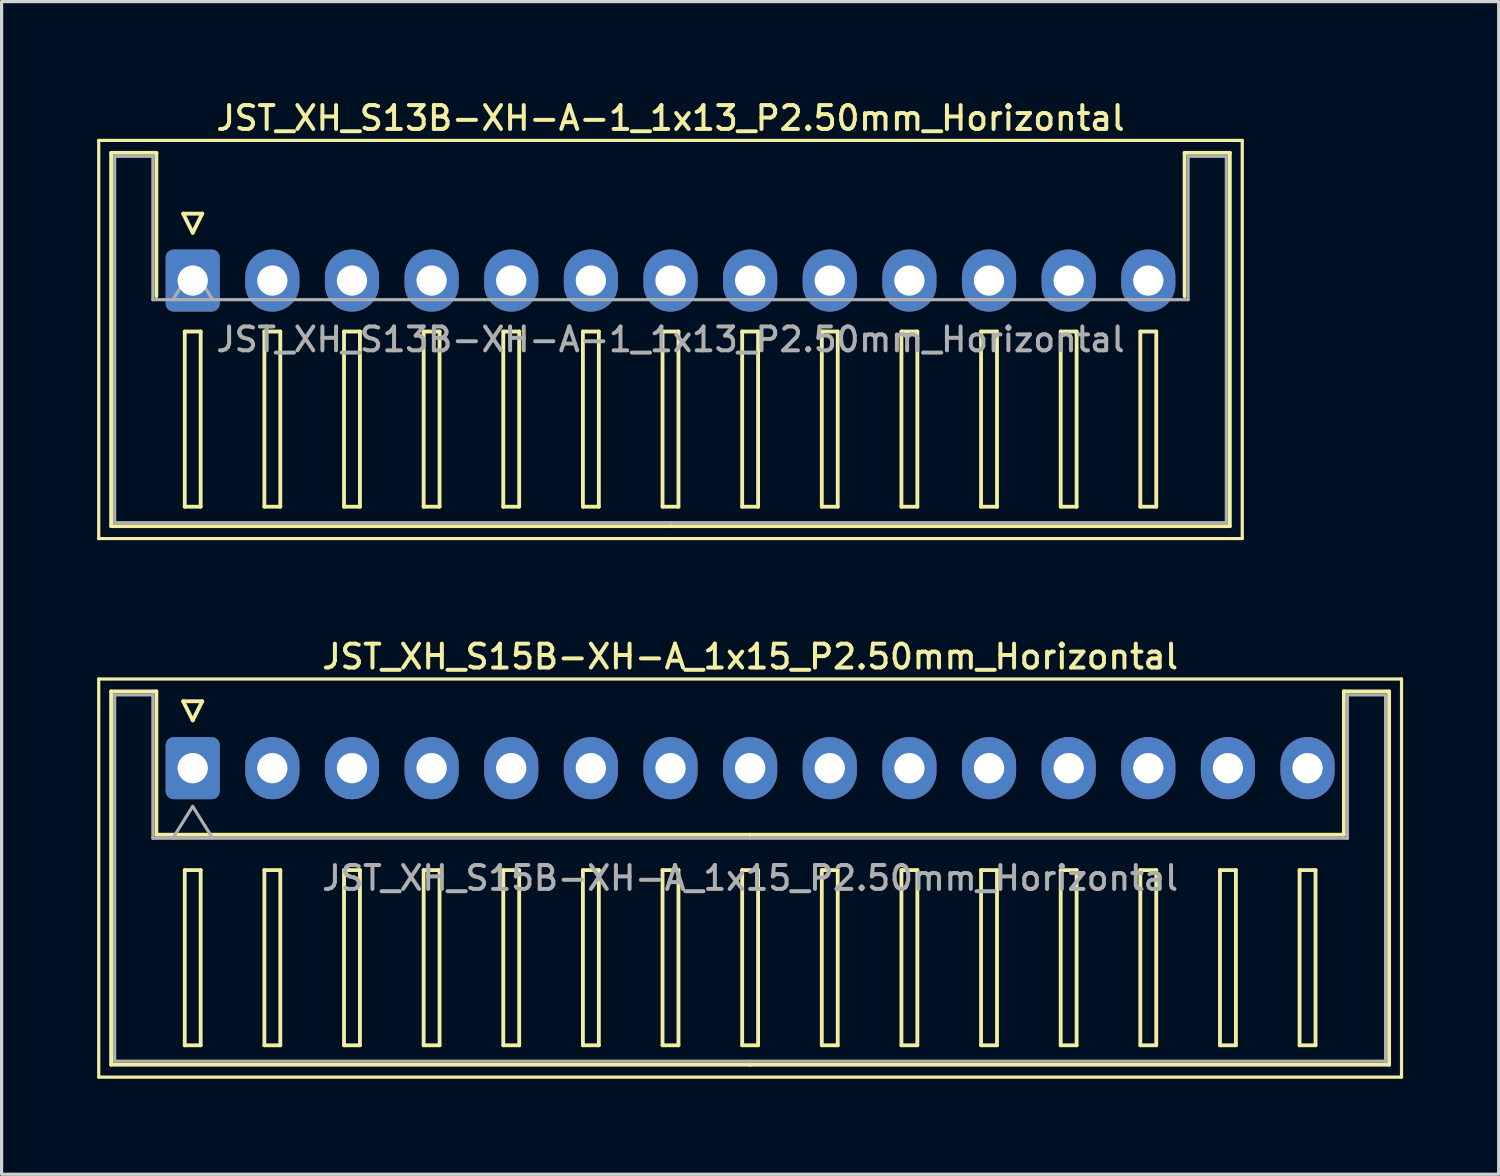
<source format=kicad_pcb>
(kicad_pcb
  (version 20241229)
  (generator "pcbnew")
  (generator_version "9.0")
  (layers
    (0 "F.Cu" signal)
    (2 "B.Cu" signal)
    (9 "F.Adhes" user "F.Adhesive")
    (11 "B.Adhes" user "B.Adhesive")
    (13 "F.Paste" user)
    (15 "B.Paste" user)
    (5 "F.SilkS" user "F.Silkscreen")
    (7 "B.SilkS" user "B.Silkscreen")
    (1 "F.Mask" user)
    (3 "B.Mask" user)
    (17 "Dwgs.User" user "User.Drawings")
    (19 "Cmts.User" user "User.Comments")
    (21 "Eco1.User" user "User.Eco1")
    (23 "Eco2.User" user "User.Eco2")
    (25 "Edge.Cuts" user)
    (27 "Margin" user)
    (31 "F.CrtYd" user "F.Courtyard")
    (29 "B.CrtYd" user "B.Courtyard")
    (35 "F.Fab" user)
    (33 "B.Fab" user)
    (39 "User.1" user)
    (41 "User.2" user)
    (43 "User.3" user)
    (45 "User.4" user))
  (footprint "JST_XH_S13B-XH-A-1_1x13_P2.50mm_Horizontal"
    (layer "F.Cu")
    (at 3 5.758)
    (property "Reference" "JST_XH_S13B-XH-A-1_1x13_P2.50mm_Horizontal" (at 15 -5.1 0) (layer "F.SilkS") (effects (font (size 0.75 0.75) (thickness 0.125))))
    (attr through_hole)
    (fp_line (start -2.95 -4.4) (end -2.95 8.1) (stroke (width 0.1) (type solid)) (layer "F.SilkS"))
    (fp_line (start -2.95 8.1) (end 32.95 8.1) (stroke (width 0.1) (type solid)) (layer "F.SilkS"))
    (fp_line (start -2.56 -4.01) (end -1.14 -4.01) (stroke (width 0.12) (type solid)) (layer "F.SilkS"))
    (fp_line (start -2.56 7.71) (end -2.56 -4.01) (stroke (width 0.12) (type solid)) (layer "F.SilkS"))
    (fp_line (start -1.14 -4.01) (end -1.14 0.49) (stroke (width 0.12) (type solid)) (layer "F.SilkS"))
    (fp_line (start -0.3 -2.1) (end 0.3 -2.1) (stroke (width 0.12) (type solid)) (layer "F.SilkS"))
    (fp_line (start -0.25 1.6) (end -0.25 7.1) (stroke (width 0.12) (type solid)) (layer "F.SilkS"))
    (fp_line (start -0.25 7.1) (end 0.25 7.1) (stroke (width 0.12) (type solid)) (layer "F.SilkS"))
    (fp_line (start 0 -1.5) (end -0.3 -2.1) (stroke (width 0.12) (type solid)) (layer "F.SilkS"))
    (fp_line (start 0.25 1.6) (end -0.25 1.6) (stroke (width 0.12) (type solid)) (layer "F.SilkS"))
    (fp_line (start 0.25 7.1) (end 0.25 1.6) (stroke (width 0.12) (type solid)) (layer "F.SilkS"))
    (fp_line (start 0.3 -2.1) (end 0 -1.5) (stroke (width 0.12) (type solid)) (layer "F.SilkS"))
    (fp_line (start 2.25 1.6) (end 2.25 7.1) (stroke (width 0.12) (type solid)) (layer "F.SilkS"))
    (fp_line (start 2.25 7.1) (end 2.75 7.1) (stroke (width 0.12) (type solid)) (layer "F.SilkS"))
    (fp_line (start 2.75 1.6) (end 2.25 1.6) (stroke (width 0.12) (type solid)) (layer "F.SilkS"))
    (fp_line (start 2.75 7.1) (end 2.75 1.6) (stroke (width 0.12) (type solid)) (layer "F.SilkS"))
    (fp_line (start 4.75 1.6) (end 4.75 7.1) (stroke (width 0.12) (type solid)) (layer "F.SilkS"))
    (fp_line (start 4.75 7.1) (end 5.25 7.1) (stroke (width 0.12) (type solid)) (layer "F.SilkS"))
    (fp_line (start 5.25 1.6) (end 4.75 1.6) (stroke (width 0.12) (type solid)) (layer "F.SilkS"))
    (fp_line (start 5.25 7.1) (end 5.25 1.6) (stroke (width 0.12) (type solid)) (layer "F.SilkS"))
    (fp_line (start 7.25 1.6) (end 7.25 7.1) (stroke (width 0.12) (type solid)) (layer "F.SilkS"))
    (fp_line (start 7.25 7.1) (end 7.75 7.1) (stroke (width 0.12) (type solid)) (layer "F.SilkS"))
    (fp_line (start 7.75 1.6) (end 7.25 1.6) (stroke (width 0.12) (type solid)) (layer "F.SilkS"))
    (fp_line (start 7.75 7.1) (end 7.75 1.6) (stroke (width 0.12) (type solid)) (layer "F.SilkS"))
    (fp_line (start 9.75 1.6) (end 9.75 7.1) (stroke (width 0.12) (type solid)) (layer "F.SilkS"))
    (fp_line (start 9.75 7.1) (end 10.25 7.1) (stroke (width 0.12) (type solid)) (layer "F.SilkS"))
    (fp_line (start 10.25 1.6) (end 9.75 1.6) (stroke (width 0.12) (type solid)) (layer "F.SilkS"))
    (fp_line (start 10.25 7.1) (end 10.25 1.6) (stroke (width 0.12) (type solid)) (layer "F.SilkS"))
    (fp_line (start 12.25 1.6) (end 12.25 7.1) (stroke (width 0.12) (type solid)) (layer "F.SilkS"))
    (fp_line (start 12.25 7.1) (end 12.75 7.1) (stroke (width 0.12) (type solid)) (layer "F.SilkS"))
    (fp_line (start 12.75 1.6) (end 12.25 1.6) (stroke (width 0.12) (type solid)) (layer "F.SilkS"))
    (fp_line (start 12.75 7.1) (end 12.75 1.6) (stroke (width 0.12) (type solid)) (layer "F.SilkS"))
    (fp_line (start 14.75 1.6) (end 14.75 7.1) (stroke (width 0.12) (type solid)) (layer "F.SilkS"))
    (fp_line (start 14.75 7.1) (end 15.25 7.1) (stroke (width 0.12) (type solid)) (layer "F.SilkS"))
    (fp_line (start 15 7.71) (end -2.56 7.71) (stroke (width 0.12) (type solid)) (layer "F.SilkS"))
    (fp_line (start 15 7.71) (end 32.56 7.71) (stroke (width 0.12) (type solid)) (layer "F.SilkS"))
    (fp_line (start 15.25 1.6) (end 14.75 1.6) (stroke (width 0.12) (type solid)) (layer "F.SilkS"))
    (fp_line (start 15.25 7.1) (end 15.25 1.6) (stroke (width 0.12) (type solid)) (layer "F.SilkS"))
    (fp_line (start 17.25 1.6) (end 17.25 7.1) (stroke (width 0.12) (type solid)) (layer "F.SilkS"))
    (fp_line (start 17.25 7.1) (end 17.75 7.1) (stroke (width 0.12) (type solid)) (layer "F.SilkS"))
    (fp_line (start 17.75 1.6) (end 17.25 1.6) (stroke (width 0.12) (type solid)) (layer "F.SilkS"))
    (fp_line (start 17.75 7.1) (end 17.75 1.6) (stroke (width 0.12) (type solid)) (layer "F.SilkS"))
    (fp_line (start 19.75 1.6) (end 19.75 7.1) (stroke (width 0.12) (type solid)) (layer "F.SilkS"))
    (fp_line (start 19.75 7.1) (end 20.25 7.1) (stroke (width 0.12) (type solid)) (layer "F.SilkS"))
    (fp_line (start 20.25 1.6) (end 19.75 1.6) (stroke (width 0.12) (type solid)) (layer "F.SilkS"))
    (fp_line (start 20.25 7.1) (end 20.25 1.6) (stroke (width 0.12) (type solid)) (layer "F.SilkS"))
    (fp_line (start 22.25 1.6) (end 22.25 7.1) (stroke (width 0.12) (type solid)) (layer "F.SilkS"))
    (fp_line (start 22.25 7.1) (end 22.75 7.1) (stroke (width 0.12) (type solid)) (layer "F.SilkS"))
    (fp_line (start 22.75 1.6) (end 22.25 1.6) (stroke (width 0.12) (type solid)) (layer "F.SilkS"))
    (fp_line (start 22.75 7.1) (end 22.75 1.6) (stroke (width 0.12) (type solid)) (layer "F.SilkS"))
    (fp_line (start 24.75 1.6) (end 24.75 7.1) (stroke (width 0.12) (type solid)) (layer "F.SilkS"))
    (fp_line (start 24.75 7.1) (end 25.25 7.1) (stroke (width 0.12) (type solid)) (layer "F.SilkS"))
    (fp_line (start 25.25 1.6) (end 24.75 1.6) (stroke (width 0.12) (type solid)) (layer "F.SilkS"))
    (fp_line (start 25.25 7.1) (end 25.25 1.6) (stroke (width 0.12) (type solid)) (layer "F.SilkS"))
    (fp_line (start 27.25 1.6) (end 27.25 7.1) (stroke (width 0.12) (type solid)) (layer "F.SilkS"))
    (fp_line (start 27.25 7.1) (end 27.75 7.1) (stroke (width 0.12) (type solid)) (layer "F.SilkS"))
    (fp_line (start 27.75 1.6) (end 27.25 1.6) (stroke (width 0.12) (type solid)) (layer "F.SilkS"))
    (fp_line (start 27.75 7.1) (end 27.75 1.6) (stroke (width 0.12) (type solid)) (layer "F.SilkS"))
    (fp_line (start 29.75 1.6) (end 29.75 7.1) (stroke (width 0.12) (type solid)) (layer "F.SilkS"))
    (fp_line (start 29.75 7.1) (end 30.25 7.1) (stroke (width 0.12) (type solid)) (layer "F.SilkS"))
    (fp_line (start 30.25 1.6) (end 29.75 1.6) (stroke (width 0.12) (type solid)) (layer "F.SilkS"))
    (fp_line (start 30.25 7.1) (end 30.25 1.6) (stroke (width 0.12) (type solid)) (layer "F.SilkS"))
    (fp_line (start 31.14 -4.01) (end 31.14 0.49) (stroke (width 0.12) (type solid)) (layer "F.SilkS"))
    (fp_line (start 32.56 -4.01) (end 31.14 -4.01) (stroke (width 0.12) (type solid)) (layer "F.SilkS"))
    (fp_line (start 32.56 7.71) (end 32.56 -4.01) (stroke (width 0.12) (type solid)) (layer "F.SilkS"))
    (fp_line (start 32.95 -4.4) (end -2.95 -4.4) (stroke (width 0.1) (type solid)) (layer "F.SilkS"))
    (fp_line (start 32.95 8.1) (end 32.95 -4.4) (stroke (width 0.1) (type solid)) (layer "F.SilkS"))
    (fp_line (start -2.45 -3.9) (end -1.25 -3.9) (stroke (width 0.1) (type solid)) (layer "F.Fab"))
    (fp_line (start -2.45 7.6) (end -2.45 -3.9) (stroke (width 0.1) (type solid)) (layer "F.Fab"))
    (fp_line (start -1.25 -3.9) (end -1.25 0.6) (stroke (width 0.1) (type solid)) (layer "F.Fab"))
    (fp_line (start -1.25 0.6) (end 15 0.6) (stroke (width 0.1) (type solid)) (layer "F.Fab"))
    (fp_line (start -0.625 0.6) (end 0 -0.4) (stroke (width 0.1) (type solid)) (layer "F.Fab"))
    (fp_line (start 0 -0.4) (end 0.625 0.6) (stroke (width 0.1) (type solid)) (layer "F.Fab"))
    (fp_line (start 15 7.6) (end -2.45 7.6) (stroke (width 0.1) (type solid)) (layer "F.Fab"))
    (fp_line (start 15 7.6) (end 32.45 7.6) (stroke (width 0.1) (type solid)) (layer "F.Fab"))
    (fp_line (start 31.25 -3.9) (end 31.25 0.6) (stroke (width 0.1) (type solid)) (layer "F.Fab"))
    (fp_line (start 31.25 0.6) (end 15 0.6) (stroke (width 0.1) (type solid)) (layer "F.Fab"))
    (fp_line (start 32.45 -3.9) (end 31.25 -3.9) (stroke (width 0.1) (type solid)) (layer "F.Fab"))
    (fp_line (start 32.45 7.6) (end 32.45 -3.9) (stroke (width 0.1) (type solid)) (layer "F.Fab"))
    (fp_text user "${REFERENCE}" (at 15 1.85 0) (layer "F.Fab") (effects (font (size 0.75 0.75) (thickness 0.125))))
    (pad "1" thru_hole roundrect (at 0 0) (size 1.7 1.95) (drill 0.95) (layers "*.Cu" "*.Mask") (roundrect_rratio 0.147))
    (pad "2" thru_hole oval (at 2.5 0) (size 1.7 1.95) (drill 0.95) (layers "*.Cu" "*.Mask"))
    (pad "3" thru_hole oval (at 5 0) (size 1.7 1.95) (drill 0.95) (layers "*.Cu" "*.Mask"))
    (pad "4" thru_hole oval (at 7.5 0) (size 1.7 1.95) (drill 0.95) (layers "*.Cu" "*.Mask"))
    (pad "5" thru_hole oval (at 10 0) (size 1.7 1.95) (drill 0.95) (layers "*.Cu" "*.Mask"))
    (pad "6" thru_hole oval (at 12.5 0) (size 1.7 1.95) (drill 0.95) (layers "*.Cu" "*.Mask"))
    (pad "7" thru_hole oval (at 15 0) (size 1.7 1.95) (drill 0.95) (layers "*.Cu" "*.Mask"))
    (pad "8" thru_hole oval (at 17.5 0) (size 1.7 1.95) (drill 0.95) (layers "*.Cu" "*.Mask"))
    (pad "9" thru_hole oval (at 20 0) (size 1.7 1.95) (drill 0.95) (layers "*.Cu" "*.Mask"))
    (pad "10" thru_hole oval (at 22.5 0) (size 1.7 1.95) (drill 0.95) (layers "*.Cu" "*.Mask"))
    (pad "11" thru_hole oval (at 25 0) (size 1.7 1.95) (drill 0.95) (layers "*.Cu" "*.Mask"))
    (pad "12" thru_hole oval (at 27.5 0) (size 1.7 1.95) (drill 0.95) (layers "*.Cu" "*.Mask"))
    (pad "13" thru_hole oval (at 30 0) (size 1.7 1.95) (drill 0.95) (layers "*.Cu" "*.Mask")))
  (footprint "JST_XH_S15B-XH-A_1x15_P2.50mm_Horizontal"
    (layer "F.Cu")
    (at 3 21.066)
    (property "Reference" "JST_XH_S15B-XH-A_1x15_P2.50mm_Horizontal" (at 17.5 -3.5 0) (layer "F.SilkS") (effects (font (size 0.75 0.75) (thickness 0.125))))
    (attr through_hole)
    (fp_line (start -2.95 -2.8) (end -2.95 9.7) (stroke (width 0.1) (type solid)) (layer "F.SilkS"))
    (fp_line (start -2.95 9.7) (end 37.95 9.7) (stroke (width 0.1) (type solid)) (layer "F.SilkS"))
    (fp_line (start -2.56 -2.41) (end -1.14 -2.41) (stroke (width 0.12) (type solid)) (layer "F.SilkS"))
    (fp_line (start -2.56 9.31) (end -2.56 -2.41) (stroke (width 0.12) (type solid)) (layer "F.SilkS"))
    (fp_line (start -1.14 -2.41) (end -1.14 2.09) (stroke (width 0.12) (type solid)) (layer "F.SilkS"))
    (fp_line (start -1.14 2.09) (end 17.5 2.09) (stroke (width 0.12) (type solid)) (layer "F.SilkS"))
    (fp_line (start -0.3 -2.1) (end 0.3 -2.1) (stroke (width 0.12) (type solid)) (layer "F.SilkS"))
    (fp_line (start -0.25 3.2) (end -0.25 8.7) (stroke (width 0.12) (type solid)) (layer "F.SilkS"))
    (fp_line (start -0.25 8.7) (end 0.25 8.7) (stroke (width 0.12) (type solid)) (layer "F.SilkS"))
    (fp_line (start 0 -1.5) (end -0.3 -2.1) (stroke (width 0.12) (type solid)) (layer "F.SilkS"))
    (fp_line (start 0.25 3.2) (end -0.25 3.2) (stroke (width 0.12) (type solid)) (layer "F.SilkS"))
    (fp_line (start 0.25 8.7) (end 0.25 3.2) (stroke (width 0.12) (type solid)) (layer "F.SilkS"))
    (fp_line (start 0.3 -2.1) (end 0 -1.5) (stroke (width 0.12) (type solid)) (layer "F.SilkS"))
    (fp_line (start 2.25 3.2) (end 2.25 8.7) (stroke (width 0.12) (type solid)) (layer "F.SilkS"))
    (fp_line (start 2.25 8.7) (end 2.75 8.7) (stroke (width 0.12) (type solid)) (layer "F.SilkS"))
    (fp_line (start 2.75 3.2) (end 2.25 3.2) (stroke (width 0.12) (type solid)) (layer "F.SilkS"))
    (fp_line (start 2.75 8.7) (end 2.75 3.2) (stroke (width 0.12) (type solid)) (layer "F.SilkS"))
    (fp_line (start 4.75 3.2) (end 4.75 8.7) (stroke (width 0.12) (type solid)) (layer "F.SilkS"))
    (fp_line (start 4.75 8.7) (end 5.25 8.7) (stroke (width 0.12) (type solid)) (layer "F.SilkS"))
    (fp_line (start 5.25 3.2) (end 4.75 3.2) (stroke (width 0.12) (type solid)) (layer "F.SilkS"))
    (fp_line (start 5.25 8.7) (end 5.25 3.2) (stroke (width 0.12) (type solid)) (layer "F.SilkS"))
    (fp_line (start 7.25 3.2) (end 7.25 8.7) (stroke (width 0.12) (type solid)) (layer "F.SilkS"))
    (fp_line (start 7.25 8.7) (end 7.75 8.7) (stroke (width 0.12) (type solid)) (layer "F.SilkS"))
    (fp_line (start 7.75 3.2) (end 7.25 3.2) (stroke (width 0.12) (type solid)) (layer "F.SilkS"))
    (fp_line (start 7.75 8.7) (end 7.75 3.2) (stroke (width 0.12) (type solid)) (layer "F.SilkS"))
    (fp_line (start 9.75 3.2) (end 9.75 8.7) (stroke (width 0.12) (type solid)) (layer "F.SilkS"))
    (fp_line (start 9.75 8.7) (end 10.25 8.7) (stroke (width 0.12) (type solid)) (layer "F.SilkS"))
    (fp_line (start 10.25 3.2) (end 9.75 3.2) (stroke (width 0.12) (type solid)) (layer "F.SilkS"))
    (fp_line (start 10.25 8.7) (end 10.25 3.2) (stroke (width 0.12) (type solid)) (layer "F.SilkS"))
    (fp_line (start 12.25 3.2) (end 12.25 8.7) (stroke (width 0.12) (type solid)) (layer "F.SilkS"))
    (fp_line (start 12.25 8.7) (end 12.75 8.7) (stroke (width 0.12) (type solid)) (layer "F.SilkS"))
    (fp_line (start 12.75 3.2) (end 12.25 3.2) (stroke (width 0.12) (type solid)) (layer "F.SilkS"))
    (fp_line (start 12.75 8.7) (end 12.75 3.2) (stroke (width 0.12) (type solid)) (layer "F.SilkS"))
    (fp_line (start 14.75 3.2) (end 14.75 8.7) (stroke (width 0.12) (type solid)) (layer "F.SilkS"))
    (fp_line (start 14.75 8.7) (end 15.25 8.7) (stroke (width 0.12) (type solid)) (layer "F.SilkS"))
    (fp_line (start 15.25 3.2) (end 14.75 3.2) (stroke (width 0.12) (type solid)) (layer "F.SilkS"))
    (fp_line (start 15.25 8.7) (end 15.25 3.2) (stroke (width 0.12) (type solid)) (layer "F.SilkS"))
    (fp_line (start 17.25 3.2) (end 17.25 8.7) (stroke (width 0.12) (type solid)) (layer "F.SilkS"))
    (fp_line (start 17.25 8.7) (end 17.75 8.7) (stroke (width 0.12) (type solid)) (layer "F.SilkS"))
    (fp_line (start 17.5 9.31) (end -2.56 9.31) (stroke (width 0.12) (type solid)) (layer "F.SilkS"))
    (fp_line (start 17.5 9.31) (end 37.56 9.31) (stroke (width 0.12) (type solid)) (layer "F.SilkS"))
    (fp_line (start 17.75 3.2) (end 17.25 3.2) (stroke (width 0.12) (type solid)) (layer "F.SilkS"))
    (fp_line (start 17.75 8.7) (end 17.75 3.2) (stroke (width 0.12) (type solid)) (layer "F.SilkS"))
    (fp_line (start 19.75 3.2) (end 19.75 8.7) (stroke (width 0.12) (type solid)) (layer "F.SilkS"))
    (fp_line (start 19.75 8.7) (end 20.25 8.7) (stroke (width 0.12) (type solid)) (layer "F.SilkS"))
    (fp_line (start 20.25 3.2) (end 19.75 3.2) (stroke (width 0.12) (type solid)) (layer "F.SilkS"))
    (fp_line (start 20.25 8.7) (end 20.25 3.2) (stroke (width 0.12) (type solid)) (layer "F.SilkS"))
    (fp_line (start 22.25 3.2) (end 22.25 8.7) (stroke (width 0.12) (type solid)) (layer "F.SilkS"))
    (fp_line (start 22.25 8.7) (end 22.75 8.7) (stroke (width 0.12) (type solid)) (layer "F.SilkS"))
    (fp_line (start 22.75 3.2) (end 22.25 3.2) (stroke (width 0.12) (type solid)) (layer "F.SilkS"))
    (fp_line (start 22.75 8.7) (end 22.75 3.2) (stroke (width 0.12) (type solid)) (layer "F.SilkS"))
    (fp_line (start 24.75 3.2) (end 24.75 8.7) (stroke (width 0.12) (type solid)) (layer "F.SilkS"))
    (fp_line (start 24.75 8.7) (end 25.25 8.7) (stroke (width 0.12) (type solid)) (layer "F.SilkS"))
    (fp_line (start 25.25 3.2) (end 24.75 3.2) (stroke (width 0.12) (type solid)) (layer "F.SilkS"))
    (fp_line (start 25.25 8.7) (end 25.25 3.2) (stroke (width 0.12) (type solid)) (layer "F.SilkS"))
    (fp_line (start 27.25 3.2) (end 27.25 8.7) (stroke (width 0.12) (type solid)) (layer "F.SilkS"))
    (fp_line (start 27.25 8.7) (end 27.75 8.7) (stroke (width 0.12) (type solid)) (layer "F.SilkS"))
    (fp_line (start 27.75 3.2) (end 27.25 3.2) (stroke (width 0.12) (type solid)) (layer "F.SilkS"))
    (fp_line (start 27.75 8.7) (end 27.75 3.2) (stroke (width 0.12) (type solid)) (layer "F.SilkS"))
    (fp_line (start 29.75 3.2) (end 29.75 8.7) (stroke (width 0.12) (type solid)) (layer "F.SilkS"))
    (fp_line (start 29.75 8.7) (end 30.25 8.7) (stroke (width 0.12) (type solid)) (layer "F.SilkS"))
    (fp_line (start 30.25 3.2) (end 29.75 3.2) (stroke (width 0.12) (type solid)) (layer "F.SilkS"))
    (fp_line (start 30.25 8.7) (end 30.25 3.2) (stroke (width 0.12) (type solid)) (layer "F.SilkS"))
    (fp_line (start 32.25 3.2) (end 32.25 8.7) (stroke (width 0.12) (type solid)) (layer "F.SilkS"))
    (fp_line (start 32.25 8.7) (end 32.75 8.7) (stroke (width 0.12) (type solid)) (layer "F.SilkS"))
    (fp_line (start 32.75 3.2) (end 32.25 3.2) (stroke (width 0.12) (type solid)) (layer "F.SilkS"))
    (fp_line (start 32.75 8.7) (end 32.75 3.2) (stroke (width 0.12) (type solid)) (layer "F.SilkS"))
    (fp_line (start 34.75 3.2) (end 34.75 8.7) (stroke (width 0.12) (type solid)) (layer "F.SilkS"))
    (fp_line (start 34.75 8.7) (end 35.25 8.7) (stroke (width 0.12) (type solid)) (layer "F.SilkS"))
    (fp_line (start 35.25 3.2) (end 34.75 3.2) (stroke (width 0.12) (type solid)) (layer "F.SilkS"))
    (fp_line (start 35.25 8.7) (end 35.25 3.2) (stroke (width 0.12) (type solid)) (layer "F.SilkS"))
    (fp_line (start 36.14 -2.41) (end 36.14 2.09) (stroke (width 0.12) (type solid)) (layer "F.SilkS"))
    (fp_line (start 36.14 2.09) (end 17.5 2.09) (stroke (width 0.12) (type solid)) (layer "F.SilkS"))
    (fp_line (start 37.56 -2.41) (end 36.14 -2.41) (stroke (width 0.12) (type solid)) (layer "F.SilkS"))
    (fp_line (start 37.56 9.31) (end 37.56 -2.41) (stroke (width 0.12) (type solid)) (layer "F.SilkS"))
    (fp_line (start 37.95 -2.8) (end -2.95 -2.8) (stroke (width 0.1) (type solid)) (layer "F.SilkS"))
    (fp_line (start 37.95 9.7) (end 37.95 -2.8) (stroke (width 0.1) (type solid)) (layer "F.SilkS"))
    (fp_line (start -2.45 -2.3) (end -1.25 -2.3) (stroke (width 0.1) (type solid)) (layer "F.Fab"))
    (fp_line (start -2.45 9.2) (end -2.45 -2.3) (stroke (width 0.1) (type solid)) (layer "F.Fab"))
    (fp_line (start -1.25 -2.3) (end -1.25 2.2) (stroke (width 0.1) (type solid)) (layer "F.Fab"))
    (fp_line (start -1.25 2.2) (end 17.5 2.2) (stroke (width 0.1) (type solid)) (layer "F.Fab"))
    (fp_line (start -0.625 2.2) (end 0 1.2) (stroke (width 0.1) (type solid)) (layer "F.Fab"))
    (fp_line (start 0 1.2) (end 0.625 2.2) (stroke (width 0.1) (type solid)) (layer "F.Fab"))
    (fp_line (start 17.5 9.2) (end -2.45 9.2) (stroke (width 0.1) (type solid)) (layer "F.Fab"))
    (fp_line (start 17.5 9.2) (end 37.45 9.2) (stroke (width 0.1) (type solid)) (layer "F.Fab"))
    (fp_line (start 36.25 -2.3) (end 36.25 2.2) (stroke (width 0.1) (type solid)) (layer "F.Fab"))
    (fp_line (start 36.25 2.2) (end 17.5 2.2) (stroke (width 0.1) (type solid)) (layer "F.Fab"))
    (fp_line (start 37.45 -2.3) (end 36.25 -2.3) (stroke (width 0.1) (type solid)) (layer "F.Fab"))
    (fp_line (start 37.45 9.2) (end 37.45 -2.3) (stroke (width 0.1) (type solid)) (layer "F.Fab"))
    (fp_text user "${REFERENCE}" (at 17.5 3.45 0) (layer "F.Fab") (effects (font (size 0.75 0.75) (thickness 0.125))))
    (pad "1" thru_hole roundrect (at 0 0) (size 1.7 1.95) (drill 0.95) (layers "*.Cu" "*.Mask") (roundrect_rratio 0.147))
    (pad "2" thru_hole oval (at 2.5 0) (size 1.7 1.95) (drill 0.95) (layers "*.Cu" "*.Mask"))
    (pad "3" thru_hole oval (at 5 0) (size 1.7 1.95) (drill 0.95) (layers "*.Cu" "*.Mask"))
    (pad "4" thru_hole oval (at 7.5 0) (size 1.7 1.95) (drill 0.95) (layers "*.Cu" "*.Mask"))
    (pad "5" thru_hole oval (at 10 0) (size 1.7 1.95) (drill 0.95) (layers "*.Cu" "*.Mask"))
    (pad "6" thru_hole oval (at 12.5 0) (size 1.7 1.95) (drill 0.95) (layers "*.Cu" "*.Mask"))
    (pad "7" thru_hole oval (at 15 0) (size 1.7 1.95) (drill 0.95) (layers "*.Cu" "*.Mask"))
    (pad "8" thru_hole oval (at 17.5 0) (size 1.7 1.95) (drill 0.95) (layers "*.Cu" "*.Mask"))
    (pad "9" thru_hole oval (at 20 0) (size 1.7 1.95) (drill 0.95) (layers "*.Cu" "*.Mask"))
    (pad "10" thru_hole oval (at 22.5 0) (size 1.7 1.95) (drill 0.95) (layers "*.Cu" "*.Mask"))
    (pad "11" thru_hole oval (at 25 0) (size 1.7 1.95) (drill 0.95) (layers "*.Cu" "*.Mask"))
    (pad "12" thru_hole oval (at 27.5 0) (size 1.7 1.95) (drill 0.95) (layers "*.Cu" "*.Mask"))
    (pad "13" thru_hole oval (at 30 0) (size 1.7 1.95) (drill 0.95) (layers "*.Cu" "*.Mask"))
    (pad "14" thru_hole oval (at 32.5 0) (size 1.7 1.95) (drill 0.95) (layers "*.Cu" "*.Mask"))
    (pad "15" thru_hole oval (at 35 0) (size 1.7 1.95) (drill 0.95) (layers "*.Cu" "*.Mask")))
  (gr_rect
    (start -3 -3)
    (end 44 33.816)
    (stroke (width 0.1) (type default))
    (fill no)
    (layer "Edge.Cuts")))
</source>
